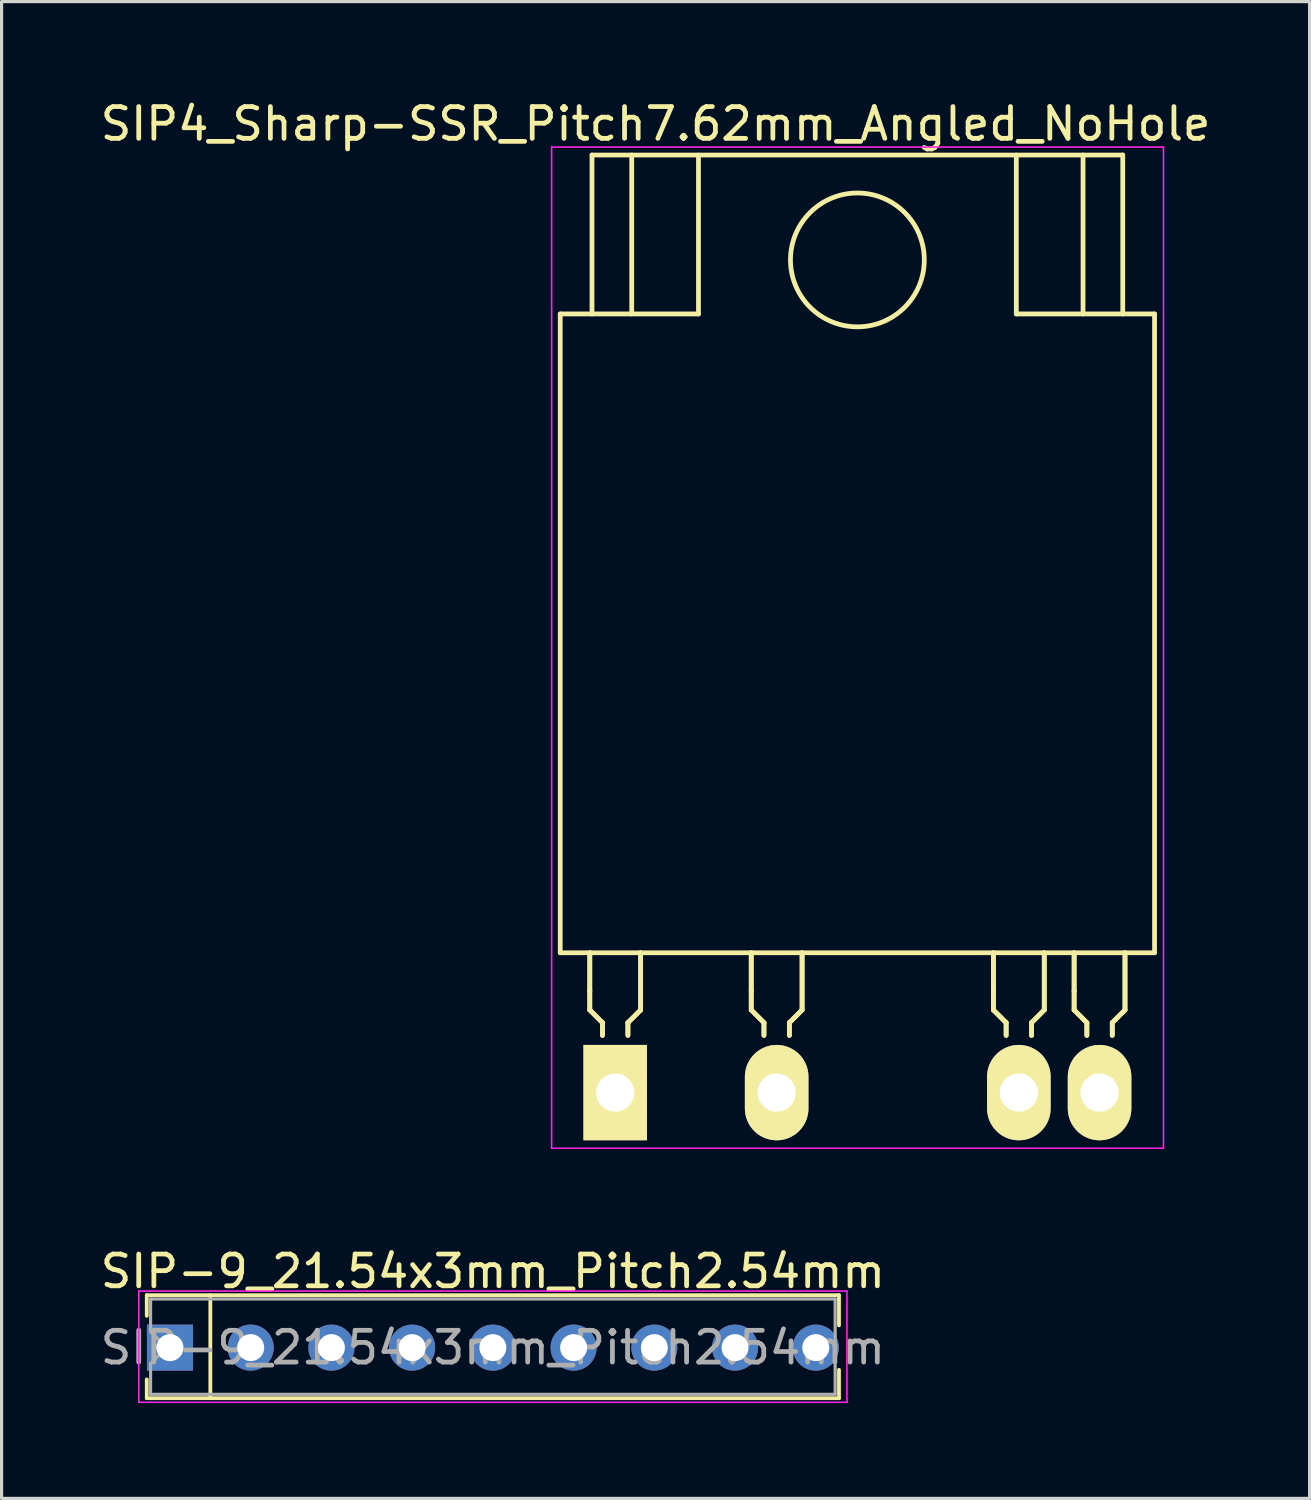
<source format=kicad_pcb>
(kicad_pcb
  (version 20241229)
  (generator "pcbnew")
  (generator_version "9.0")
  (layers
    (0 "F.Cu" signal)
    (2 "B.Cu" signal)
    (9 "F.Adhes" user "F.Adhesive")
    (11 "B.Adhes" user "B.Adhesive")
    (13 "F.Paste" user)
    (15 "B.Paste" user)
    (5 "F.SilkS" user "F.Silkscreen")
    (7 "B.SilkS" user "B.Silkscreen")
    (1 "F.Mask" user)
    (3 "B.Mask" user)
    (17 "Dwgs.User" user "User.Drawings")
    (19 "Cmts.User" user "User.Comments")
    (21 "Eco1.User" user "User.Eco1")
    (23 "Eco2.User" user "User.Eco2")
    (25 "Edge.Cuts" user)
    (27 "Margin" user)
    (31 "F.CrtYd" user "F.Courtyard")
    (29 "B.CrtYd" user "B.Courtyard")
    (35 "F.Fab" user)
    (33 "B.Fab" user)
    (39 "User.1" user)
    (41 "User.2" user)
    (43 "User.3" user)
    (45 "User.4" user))
  (footprint "SIP-9_21.54x3mm_Pitch2.54mm"
    (layer "F.Cu")
    (at 2.298 39.352)
    (property "Reference" "SIP-9_21.54x3mm_Pitch2.54mm" (at 10.16 -2.4 0) (layer "F.SilkS") (effects (font (size 1 1) (thickness 0.15))))
    (attr through_hole)
    (fp_line (start -0.73 -1.65) (end -0.73 -1) (stroke (width 0.12) (type solid)) (layer "F.SilkS"))
    (fp_line (start -0.73 1.59) (end -0.73 1) (stroke (width 0.12) (type solid)) (layer "F.SilkS"))
    (fp_line (start 1.27 1.59) (end 1.27 -1.65) (stroke (width 0.12) (type solid)) (layer "F.SilkS"))
    (fp_line (start 21.05 -1.65) (end -0.73 -1.65) (stroke (width 0.12) (type solid)) (layer "F.SilkS"))
    (fp_line (start 21.05 -1.65) (end 21.05 -0.7) (stroke (width 0.12) (type solid)) (layer "F.SilkS"))
    (fp_line (start 21.05 1.59) (end -0.73 1.59) (stroke (width 0.12) (type solid)) (layer "F.SilkS"))
    (fp_line (start 21.05 1.59) (end 21.05 0.7) (stroke (width 0.12) (type solid)) (layer "F.SilkS"))
    (fp_line (start -0.98 -1.78) (end 21.3 -1.78) (stroke (width 0.05) (type solid)) (layer "F.CrtYd"))
    (fp_line (start -0.98 1.72) (end -0.98 -1.78) (stroke (width 0.05) (type solid)) (layer "F.CrtYd"))
    (fp_line (start 21.3 -1.78) (end 21.3 1.72) (stroke (width 0.05) (type solid)) (layer "F.CrtYd"))
    (fp_line (start 21.3 1.72) (end -0.98 1.72) (stroke (width 0.05) (type solid)) (layer "F.CrtYd"))
    (fp_line (start -0.61 -1.53) (end -0.61 -0.5) (stroke (width 0.1) (type solid)) (layer "F.Fab"))
    (fp_line (start -0.61 -0.5) (end -0.11 0) (stroke (width 0.1) (type solid)) (layer "F.Fab"))
    (fp_line (start -0.61 0.5) (end -0.61 1.47) (stroke (width 0.1) (type solid)) (layer "F.Fab"))
    (fp_line (start -0.11 0) (end -0.61 0.5) (stroke (width 0.1) (type solid)) (layer "F.Fab"))
    (fp_line (start 20.93 -1.53) (end -0.61 -1.53) (stroke (width 0.1) (type solid)) (layer "F.Fab"))
    (fp_line (start 20.93 -1.53) (end 20.93 1.47) (stroke (width 0.1) (type solid)) (layer "F.Fab"))
    (fp_line (start 20.93 1.47) (end -0.61 1.47) (stroke (width 0.1) (type solid)) (layer "F.Fab"))
    (fp_text user "${REFERENCE}" (at 10.16 0 0) (layer "F.Fab") (effects (font (size 1 1) (thickness 0.15))))
    (pad "1" thru_hole rect (at 0 0 90) (size 1.45 1.45) (drill 0.85) (layers "*.Cu" "*.Mask"))
    (pad "2" thru_hole circle (at 2.54 0 90) (size 1.45 1.45) (drill 0.85) (layers "*.Cu" "*.Mask"))
    (pad "3" thru_hole circle (at 5.08 0 90) (size 1.45 1.45) (drill 0.85) (layers "*.Cu" "*.Mask"))
    (pad "4" thru_hole circle (at 7.62 0 90) (size 1.45 1.45) (drill 0.85) (layers "*.Cu" "*.Mask"))
    (pad "5" thru_hole circle (at 10.16 0 90) (size 1.45 1.45) (drill 0.85) (layers "*.Cu" "*.Mask"))
    (pad "6" thru_hole circle (at 12.7 0 90) (size 1.45 1.45) (drill 0.85) (layers "*.Cu" "*.Mask"))
    (pad "7" thru_hole circle (at 15.24 0 90) (size 1.45 1.45) (drill 0.85) (layers "*.Cu" "*.Mask"))
    (pad "8" thru_hole circle (at 17.78 0 90) (size 1.45 1.45) (drill 0.85) (layers "*.Cu" "*.Mask"))
    (pad "9" thru_hole circle (at 20.32 0 90) (size 1.45 1.45) (drill 0.85) (layers "*.Cu" "*.Mask")))
  (footprint "SIP4_Sharp-SSR_Pitch7.62mm_Angled_NoHole"
    (layer "F.Cu")
    (at 16.307 31.328)
    (property "Reference" "SIP4_Sharp-SSR_Pitch7.62mm_Angled_NoHole" (at 1.27 -30.48 0) (layer "F.SilkS") (effects (font (size 1 1) (thickness 0.15))))
    (attr through_hole)
    (fp_line (start -1.73 -24.5) (end 2.62 -24.5) (stroke (width 0.15) (type solid)) (layer "F.SilkS"))
    (fp_line (start -1.73 -4.4) (end -1.73 -24.5) (stroke (width 0.15) (type solid)) (layer "F.SilkS"))
    (fp_line (start -0.8 -3.2) (end -0.8 -4.4) (stroke (width 0.15) (type solid)) (layer "F.SilkS"))
    (fp_line (start -0.8 -3.2) (end -0.8 -4.4) (stroke (width 0.15) (type solid)) (layer "F.SilkS"))
    (fp_line (start -0.8 -2.6) (end -0.8 -3.2) (stroke (width 0.15) (type solid)) (layer "F.SilkS"))
    (fp_line (start -0.8 -2.6) (end -0.8 -3.2) (stroke (width 0.15) (type solid)) (layer "F.SilkS"))
    (fp_line (start -0.73 -29.5) (end 15.97 -29.5) (stroke (width 0.15) (type solid)) (layer "F.SilkS"))
    (fp_line (start -0.73 -24.5) (end -0.73 -29.5) (stroke (width 0.15) (type solid)) (layer "F.SilkS"))
    (fp_line (start -0.4 -2.2) (end -0.8 -2.6) (stroke (width 0.15) (type solid)) (layer "F.SilkS"))
    (fp_line (start -0.4 -2.2) (end -0.8 -2.6) (stroke (width 0.15) (type solid)) (layer "F.SilkS"))
    (fp_line (start -0.4 -2.2) (end -0.4 -1.8) (stroke (width 0.15) (type solid)) (layer "F.SilkS"))
    (fp_line (start -0.4 -2.2) (end -0.4 -1.8) (stroke (width 0.15) (type solid)) (layer "F.SilkS"))
    (fp_line (start 0.4 -2.2) (end 0.8 -2.6) (stroke (width 0.15) (type solid)) (layer "F.SilkS"))
    (fp_line (start 0.4 -2.2) (end 0.8 -2.6) (stroke (width 0.15) (type solid)) (layer "F.SilkS"))
    (fp_line (start 0.4 -1.8) (end 0.4 -2.2) (stroke (width 0.15) (type solid)) (layer "F.SilkS"))
    (fp_line (start 0.4 -1.8) (end 0.4 -2.2) (stroke (width 0.15) (type solid)) (layer "F.SilkS"))
    (fp_line (start 0.52 -24.5) (end 0.52 -29.5) (stroke (width 0.15) (type solid)) (layer "F.SilkS"))
    (fp_line (start 0.8 -2.6) (end 0.8 -4.4) (stroke (width 0.15) (type solid)) (layer "F.SilkS"))
    (fp_line (start 0.8 -2.6) (end 0.8 -4.4) (stroke (width 0.15) (type solid)) (layer "F.SilkS"))
    (fp_line (start 2.62 -29.5) (end 2.62 -24.5) (stroke (width 0.15) (type solid)) (layer "F.SilkS"))
    (fp_line (start 4.28 -3.2) (end 4.28 -4.4) (stroke (width 0.15) (type solid)) (layer "F.SilkS"))
    (fp_line (start 4.28 -3.2) (end 4.28 -4.4) (stroke (width 0.15) (type solid)) (layer "F.SilkS"))
    (fp_line (start 4.28 -2.6) (end 4.28 -3.2) (stroke (width 0.15) (type solid)) (layer "F.SilkS"))
    (fp_line (start 4.28 -2.6) (end 4.28 -3.2) (stroke (width 0.15) (type solid)) (layer "F.SilkS"))
    (fp_line (start 4.68 -2.2) (end 4.28 -2.6) (stroke (width 0.15) (type solid)) (layer "F.SilkS"))
    (fp_line (start 4.68 -2.2) (end 4.28 -2.6) (stroke (width 0.15) (type solid)) (layer "F.SilkS"))
    (fp_line (start 4.68 -2.2) (end 4.68 -1.8) (stroke (width 0.15) (type solid)) (layer "F.SilkS"))
    (fp_line (start 4.68 -2.2) (end 4.68 -1.8) (stroke (width 0.15) (type solid)) (layer "F.SilkS"))
    (fp_line (start 5.48 -2.2) (end 5.88 -2.6) (stroke (width 0.15) (type solid)) (layer "F.SilkS"))
    (fp_line (start 5.48 -2.2) (end 5.88 -2.6) (stroke (width 0.15) (type solid)) (layer "F.SilkS"))
    (fp_line (start 5.48 -1.8) (end 5.48 -2.2) (stroke (width 0.15) (type solid)) (layer "F.SilkS"))
    (fp_line (start 5.48 -1.8) (end 5.48 -2.2) (stroke (width 0.15) (type solid)) (layer "F.SilkS"))
    (fp_line (start 5.88 -2.6) (end 5.88 -4.4) (stroke (width 0.15) (type solid)) (layer "F.SilkS"))
    (fp_line (start 5.88 -2.6) (end 5.88 -4.4) (stroke (width 0.15) (type solid)) (layer "F.SilkS"))
    (fp_line (start 11.9 -3.2) (end 11.9 -4.4) (stroke (width 0.15) (type solid)) (layer "F.SilkS"))
    (fp_line (start 11.9 -3.2) (end 11.9 -4.4) (stroke (width 0.15) (type solid)) (layer "F.SilkS"))
    (fp_line (start 11.9 -2.6) (end 11.9 -3.2) (stroke (width 0.15) (type solid)) (layer "F.SilkS"))
    (fp_line (start 11.9 -2.6) (end 11.9 -3.2) (stroke (width 0.15) (type solid)) (layer "F.SilkS"))
    (fp_line (start 12.3 -2.2) (end 11.9 -2.6) (stroke (width 0.15) (type solid)) (layer "F.SilkS"))
    (fp_line (start 12.3 -2.2) (end 11.9 -2.6) (stroke (width 0.15) (type solid)) (layer "F.SilkS"))
    (fp_line (start 12.3 -2.2) (end 12.3 -1.8) (stroke (width 0.15) (type solid)) (layer "F.SilkS"))
    (fp_line (start 12.3 -2.2) (end 12.3 -1.8) (stroke (width 0.15) (type solid)) (layer "F.SilkS"))
    (fp_line (start 12.62 -29.5) (end 12.62 -24.5) (stroke (width 0.15) (type solid)) (layer "F.SilkS"))
    (fp_line (start 12.62 -24.5) (end 16.97 -24.5) (stroke (width 0.15) (type solid)) (layer "F.SilkS"))
    (fp_line (start 13.1 -2.2) (end 13.5 -2.6) (stroke (width 0.15) (type solid)) (layer "F.SilkS"))
    (fp_line (start 13.1 -2.2) (end 13.5 -2.6) (stroke (width 0.15) (type solid)) (layer "F.SilkS"))
    (fp_line (start 13.1 -1.8) (end 13.1 -2.2) (stroke (width 0.15) (type solid)) (layer "F.SilkS"))
    (fp_line (start 13.1 -1.8) (end 13.1 -2.2) (stroke (width 0.15) (type solid)) (layer "F.SilkS"))
    (fp_line (start 13.5 -2.6) (end 13.5 -4.4) (stroke (width 0.15) (type solid)) (layer "F.SilkS"))
    (fp_line (start 13.5 -2.6) (end 13.5 -4.4) (stroke (width 0.15) (type solid)) (layer "F.SilkS"))
    (fp_line (start 14.44 -3.2) (end 14.44 -4.4) (stroke (width 0.15) (type solid)) (layer "F.SilkS"))
    (fp_line (start 14.44 -3.2) (end 14.44 -4.4) (stroke (width 0.15) (type solid)) (layer "F.SilkS"))
    (fp_line (start 14.44 -2.6) (end 14.44 -3.2) (stroke (width 0.15) (type solid)) (layer "F.SilkS"))
    (fp_line (start 14.44 -2.6) (end 14.44 -3.2) (stroke (width 0.15) (type solid)) (layer "F.SilkS"))
    (fp_line (start 14.72 -24.5) (end 14.72 -29.5) (stroke (width 0.15) (type solid)) (layer "F.SilkS"))
    (fp_line (start 14.84 -2.2) (end 14.44 -2.6) (stroke (width 0.15) (type solid)) (layer "F.SilkS"))
    (fp_line (start 14.84 -2.2) (end 14.44 -2.6) (stroke (width 0.15) (type solid)) (layer "F.SilkS"))
    (fp_line (start 14.84 -2.2) (end 14.84 -1.8) (stroke (width 0.15) (type solid)) (layer "F.SilkS"))
    (fp_line (start 14.84 -2.2) (end 14.84 -1.8) (stroke (width 0.15) (type solid)) (layer "F.SilkS"))
    (fp_line (start 15.64 -2.2) (end 16.04 -2.6) (stroke (width 0.15) (type solid)) (layer "F.SilkS"))
    (fp_line (start 15.64 -2.2) (end 16.04 -2.6) (stroke (width 0.15) (type solid)) (layer "F.SilkS"))
    (fp_line (start 15.64 -1.8) (end 15.64 -2.2) (stroke (width 0.15) (type solid)) (layer "F.SilkS"))
    (fp_line (start 15.64 -1.8) (end 15.64 -2.2) (stroke (width 0.15) (type solid)) (layer "F.SilkS"))
    (fp_line (start 15.97 -24.5) (end 15.97 -29.5) (stroke (width 0.15) (type solid)) (layer "F.SilkS"))
    (fp_line (start 16.04 -2.6) (end 16.04 -4.4) (stroke (width 0.15) (type solid)) (layer "F.SilkS"))
    (fp_line (start 16.04 -2.6) (end 16.04 -4.4) (stroke (width 0.15) (type solid)) (layer "F.SilkS"))
    (fp_line (start 16.97 -24.5) (end 16.97 -4.4) (stroke (width 0.15) (type solid)) (layer "F.SilkS"))
    (fp_line (start 16.97 -4.4) (end -1.73 -4.4) (stroke (width 0.15) (type solid)) (layer "F.SilkS"))
    (fp_circle (center 7.62 -26.2) (end 9.35 -27.4) (stroke (width 0.15) (type solid)) (fill no) (layer "F.SilkS"))
    (fp_line (start -2 -29.75) (end 17.25 -29.75) (stroke (width 0.05) (type solid)) (layer "F.CrtYd"))
    (fp_line (start -2 1.75) (end -2 -29.75) (stroke (width 0.05) (type solid)) (layer "F.CrtYd"))
    (fp_line (start 17.25 -29.75) (end 17.25 1.75) (stroke (width 0.05) (type solid)) (layer "F.CrtYd"))
    (fp_line (start 17.25 1.75) (end -2 1.75) (stroke (width 0.05) (type solid)) (layer "F.CrtYd"))
    (pad "1" thru_hole rect (at 0 0) (size 2 3) (drill 1.2) (layers "*.Cu" "*.Mask" "F.SilkS"))
    (pad "2" thru_hole oval (at 5.08 0) (size 2 3) (drill 1.2) (layers "*.Cu" "*.Mask" "F.SilkS"))
    (pad "3" thru_hole oval (at 12.7 0) (size 2 3) (drill 1.2) (layers "*.Cu" "*.Mask" "F.SilkS"))
    (pad "4" thru_hole oval (at 15.24 0) (size 2 3) (drill 1.2) (layers "*.Cu" "*.Mask" "F.SilkS")))
  (gr_rect
    (start -3 -3)
    (end 38.155 44.096)
    (stroke (width 0.1) (type default))
    (fill no)
    (layer "Edge.Cuts")))
</source>
